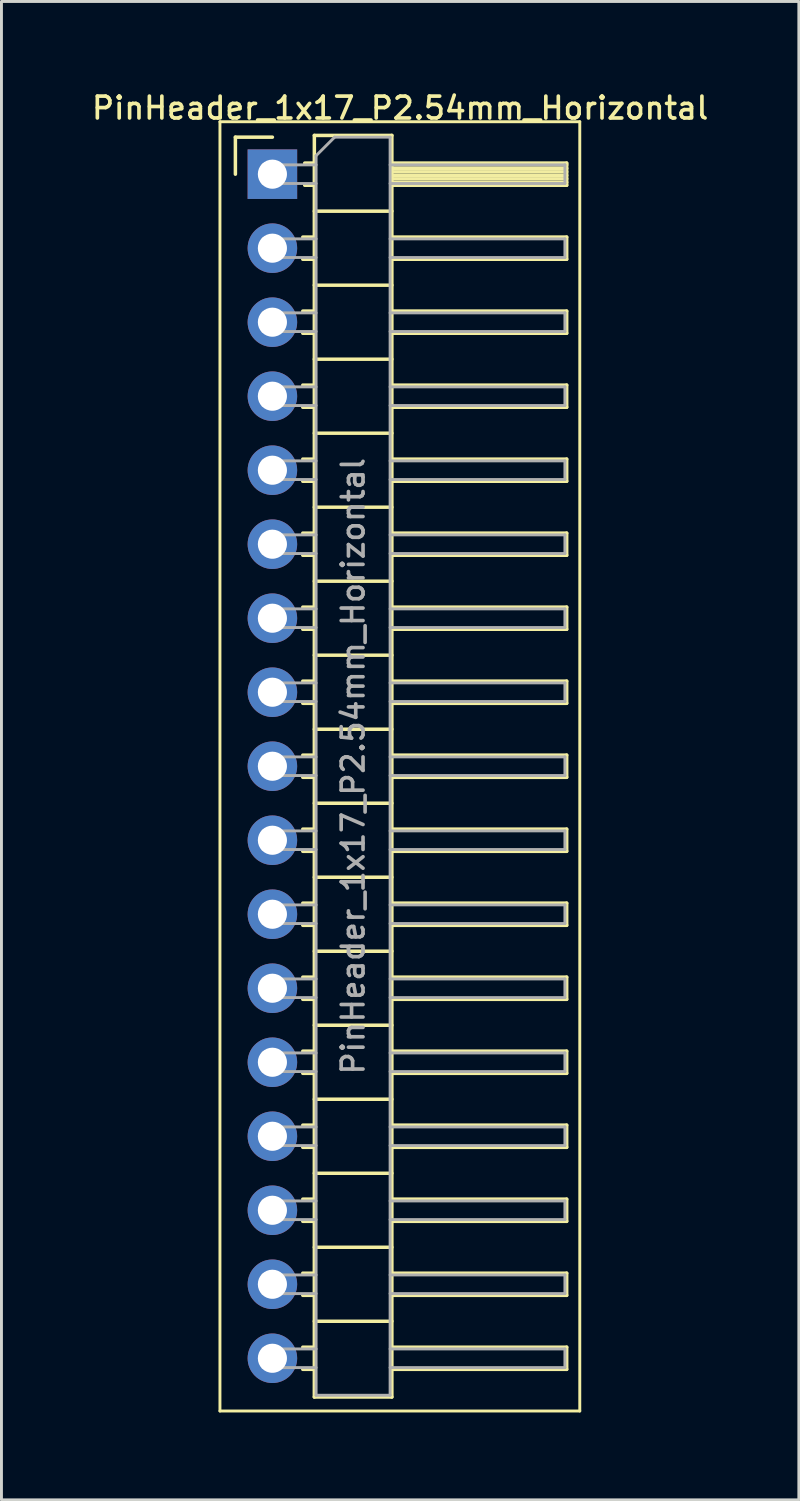
<source format=kicad_pcb>
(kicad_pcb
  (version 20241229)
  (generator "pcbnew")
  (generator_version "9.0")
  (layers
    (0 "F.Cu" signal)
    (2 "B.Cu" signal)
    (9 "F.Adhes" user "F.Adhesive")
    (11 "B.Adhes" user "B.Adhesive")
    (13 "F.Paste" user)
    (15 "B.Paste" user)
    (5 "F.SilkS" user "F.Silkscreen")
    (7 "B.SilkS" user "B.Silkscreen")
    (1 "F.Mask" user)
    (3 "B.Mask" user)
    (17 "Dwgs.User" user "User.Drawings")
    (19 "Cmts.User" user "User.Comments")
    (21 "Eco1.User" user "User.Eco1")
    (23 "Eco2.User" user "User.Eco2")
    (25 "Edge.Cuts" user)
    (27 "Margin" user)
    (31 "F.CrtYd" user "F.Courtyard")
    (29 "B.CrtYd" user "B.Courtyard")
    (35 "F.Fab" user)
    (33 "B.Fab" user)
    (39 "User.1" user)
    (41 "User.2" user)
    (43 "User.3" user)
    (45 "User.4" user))
  (footprint "PinHeader_1x17_P2.54mm_Horizontal"
    (layer "F.Cu")
    (at 6.299 2.928)
    (property "Reference" "PinHeader_1x17_P2.54mm_Horizontal" (at 4.385 -2.27 0) (layer "F.SilkS") (effects (font (size 0.75 0.75) (thickness 0.125))))
    (attr through_hole)
    (fp_line (start -1.8 -1.8) (end -1.8 42.45) (stroke (width 0.1) (type solid)) (layer "F.SilkS"))
    (fp_line (start -1.8 42.45) (end 10.55 42.45) (stroke (width 0.1) (type solid)) (layer "F.SilkS"))
    (fp_line (start -1.27 -1.27) (end 0 -1.27) (stroke (width 0.12) (type solid)) (layer "F.SilkS"))
    (fp_line (start -1.27 0) (end -1.27 -1.27) (stroke (width 0.12) (type solid)) (layer "F.SilkS"))
    (fp_line (start 1.043 2.16) (end 1.44 2.16) (stroke (width 0.12) (type solid)) (layer "F.SilkS"))
    (fp_line (start 1.043 2.92) (end 1.44 2.92) (stroke (width 0.12) (type solid)) (layer "F.SilkS"))
    (fp_line (start 1.043 4.7) (end 1.44 4.7) (stroke (width 0.12) (type solid)) (layer "F.SilkS"))
    (fp_line (start 1.043 5.46) (end 1.44 5.46) (stroke (width 0.12) (type solid)) (layer "F.SilkS"))
    (fp_line (start 1.043 7.24) (end 1.44 7.24) (stroke (width 0.12) (type solid)) (layer "F.SilkS"))
    (fp_line (start 1.043 8) (end 1.44 8) (stroke (width 0.12) (type solid)) (layer "F.SilkS"))
    (fp_line (start 1.043 9.78) (end 1.44 9.78) (stroke (width 0.12) (type solid)) (layer "F.SilkS"))
    (fp_line (start 1.043 10.54) (end 1.44 10.54) (stroke (width 0.12) (type solid)) (layer "F.SilkS"))
    (fp_line (start 1.043 12.32) (end 1.44 12.32) (stroke (width 0.12) (type solid)) (layer "F.SilkS"))
    (fp_line (start 1.043 13.08) (end 1.44 13.08) (stroke (width 0.12) (type solid)) (layer "F.SilkS"))
    (fp_line (start 1.043 14.86) (end 1.44 14.86) (stroke (width 0.12) (type solid)) (layer "F.SilkS"))
    (fp_line (start 1.043 15.62) (end 1.44 15.62) (stroke (width 0.12) (type solid)) (layer "F.SilkS"))
    (fp_line (start 1.043 17.4) (end 1.44 17.4) (stroke (width 0.12) (type solid)) (layer "F.SilkS"))
    (fp_line (start 1.043 18.16) (end 1.44 18.16) (stroke (width 0.12) (type solid)) (layer "F.SilkS"))
    (fp_line (start 1.043 19.94) (end 1.44 19.94) (stroke (width 0.12) (type solid)) (layer "F.SilkS"))
    (fp_line (start 1.043 20.7) (end 1.44 20.7) (stroke (width 0.12) (type solid)) (layer "F.SilkS"))
    (fp_line (start 1.043 22.48) (end 1.44 22.48) (stroke (width 0.12) (type solid)) (layer "F.SilkS"))
    (fp_line (start 1.043 23.24) (end 1.44 23.24) (stroke (width 0.12) (type solid)) (layer "F.SilkS"))
    (fp_line (start 1.043 25.02) (end 1.44 25.02) (stroke (width 0.12) (type solid)) (layer "F.SilkS"))
    (fp_line (start 1.043 25.78) (end 1.44 25.78) (stroke (width 0.12) (type solid)) (layer "F.SilkS"))
    (fp_line (start 1.043 27.56) (end 1.44 27.56) (stroke (width 0.12) (type solid)) (layer "F.SilkS"))
    (fp_line (start 1.043 28.32) (end 1.44 28.32) (stroke (width 0.12) (type solid)) (layer "F.SilkS"))
    (fp_line (start 1.043 30.1) (end 1.44 30.1) (stroke (width 0.12) (type solid)) (layer "F.SilkS"))
    (fp_line (start 1.043 30.86) (end 1.44 30.86) (stroke (width 0.12) (type solid)) (layer "F.SilkS"))
    (fp_line (start 1.043 32.64) (end 1.44 32.64) (stroke (width 0.12) (type solid)) (layer "F.SilkS"))
    (fp_line (start 1.043 33.4) (end 1.44 33.4) (stroke (width 0.12) (type solid)) (layer "F.SilkS"))
    (fp_line (start 1.043 35.18) (end 1.44 35.18) (stroke (width 0.12) (type solid)) (layer "F.SilkS"))
    (fp_line (start 1.043 35.94) (end 1.44 35.94) (stroke (width 0.12) (type solid)) (layer "F.SilkS"))
    (fp_line (start 1.043 37.72) (end 1.44 37.72) (stroke (width 0.12) (type solid)) (layer "F.SilkS"))
    (fp_line (start 1.043 38.48) (end 1.44 38.48) (stroke (width 0.12) (type solid)) (layer "F.SilkS"))
    (fp_line (start 1.043 40.26) (end 1.44 40.26) (stroke (width 0.12) (type solid)) (layer "F.SilkS"))
    (fp_line (start 1.043 41.02) (end 1.44 41.02) (stroke (width 0.12) (type solid)) (layer "F.SilkS"))
    (fp_line (start 1.11 -0.38) (end 1.44 -0.38) (stroke (width 0.12) (type solid)) (layer "F.SilkS"))
    (fp_line (start 1.11 0.38) (end 1.44 0.38) (stroke (width 0.12) (type solid)) (layer "F.SilkS"))
    (fp_line (start 1.44 -1.33) (end 1.44 41.97) (stroke (width 0.12) (type solid)) (layer "F.SilkS"))
    (fp_line (start 1.44 1.27) (end 4.1 1.27) (stroke (width 0.12) (type solid)) (layer "F.SilkS"))
    (fp_line (start 1.44 3.81) (end 4.1 3.81) (stroke (width 0.12) (type solid)) (layer "F.SilkS"))
    (fp_line (start 1.44 6.35) (end 4.1 6.35) (stroke (width 0.12) (type solid)) (layer "F.SilkS"))
    (fp_line (start 1.44 8.89) (end 4.1 8.89) (stroke (width 0.12) (type solid)) (layer "F.SilkS"))
    (fp_line (start 1.44 11.43) (end 4.1 11.43) (stroke (width 0.12) (type solid)) (layer "F.SilkS"))
    (fp_line (start 1.44 13.97) (end 4.1 13.97) (stroke (width 0.12) (type solid)) (layer "F.SilkS"))
    (fp_line (start 1.44 16.51) (end 4.1 16.51) (stroke (width 0.12) (type solid)) (layer "F.SilkS"))
    (fp_line (start 1.44 19.05) (end 4.1 19.05) (stroke (width 0.12) (type solid)) (layer "F.SilkS"))
    (fp_line (start 1.44 21.59) (end 4.1 21.59) (stroke (width 0.12) (type solid)) (layer "F.SilkS"))
    (fp_line (start 1.44 24.13) (end 4.1 24.13) (stroke (width 0.12) (type solid)) (layer "F.SilkS"))
    (fp_line (start 1.44 26.67) (end 4.1 26.67) (stroke (width 0.12) (type solid)) (layer "F.SilkS"))
    (fp_line (start 1.44 29.21) (end 4.1 29.21) (stroke (width 0.12) (type solid)) (layer "F.SilkS"))
    (fp_line (start 1.44 31.75) (end 4.1 31.75) (stroke (width 0.12) (type solid)) (layer "F.SilkS"))
    (fp_line (start 1.44 34.29) (end 4.1 34.29) (stroke (width 0.12) (type solid)) (layer "F.SilkS"))
    (fp_line (start 1.44 36.83) (end 4.1 36.83) (stroke (width 0.12) (type solid)) (layer "F.SilkS"))
    (fp_line (start 1.44 39.37) (end 4.1 39.37) (stroke (width 0.12) (type solid)) (layer "F.SilkS"))
    (fp_line (start 1.44 41.97) (end 4.1 41.97) (stroke (width 0.12) (type solid)) (layer "F.SilkS"))
    (fp_line (start 4.1 -1.33) (end 1.44 -1.33) (stroke (width 0.12) (type solid)) (layer "F.SilkS"))
    (fp_line (start 4.1 -0.38) (end 10.1 -0.38) (stroke (width 0.12) (type solid)) (layer "F.SilkS"))
    (fp_line (start 4.1 -0.32) (end 10.1 -0.32) (stroke (width 0.12) (type solid)) (layer "F.SilkS"))
    (fp_line (start 4.1 -0.2) (end 10.1 -0.2) (stroke (width 0.12) (type solid)) (layer "F.SilkS"))
    (fp_line (start 4.1 -0.08) (end 10.1 -0.08) (stroke (width 0.12) (type solid)) (layer "F.SilkS"))
    (fp_line (start 4.1 0.04) (end 10.1 0.04) (stroke (width 0.12) (type solid)) (layer "F.SilkS"))
    (fp_line (start 4.1 0.16) (end 10.1 0.16) (stroke (width 0.12) (type solid)) (layer "F.SilkS"))
    (fp_line (start 4.1 0.28) (end 10.1 0.28) (stroke (width 0.12) (type solid)) (layer "F.SilkS"))
    (fp_line (start 4.1 2.16) (end 10.1 2.16) (stroke (width 0.12) (type solid)) (layer "F.SilkS"))
    (fp_line (start 4.1 4.7) (end 10.1 4.7) (stroke (width 0.12) (type solid)) (layer "F.SilkS"))
    (fp_line (start 4.1 7.24) (end 10.1 7.24) (stroke (width 0.12) (type solid)) (layer "F.SilkS"))
    (fp_line (start 4.1 9.78) (end 10.1 9.78) (stroke (width 0.12) (type solid)) (layer "F.SilkS"))
    (fp_line (start 4.1 12.32) (end 10.1 12.32) (stroke (width 0.12) (type solid)) (layer "F.SilkS"))
    (fp_line (start 4.1 14.86) (end 10.1 14.86) (stroke (width 0.12) (type solid)) (layer "F.SilkS"))
    (fp_line (start 4.1 17.4) (end 10.1 17.4) (stroke (width 0.12) (type solid)) (layer "F.SilkS"))
    (fp_line (start 4.1 19.94) (end 10.1 19.94) (stroke (width 0.12) (type solid)) (layer "F.SilkS"))
    (fp_line (start 4.1 22.48) (end 10.1 22.48) (stroke (width 0.12) (type solid)) (layer "F.SilkS"))
    (fp_line (start 4.1 25.02) (end 10.1 25.02) (stroke (width 0.12) (type solid)) (layer "F.SilkS"))
    (fp_line (start 4.1 27.56) (end 10.1 27.56) (stroke (width 0.12) (type solid)) (layer "F.SilkS"))
    (fp_line (start 4.1 30.1) (end 10.1 30.1) (stroke (width 0.12) (type solid)) (layer "F.SilkS"))
    (fp_line (start 4.1 32.64) (end 10.1 32.64) (stroke (width 0.12) (type solid)) (layer "F.SilkS"))
    (fp_line (start 4.1 35.18) (end 10.1 35.18) (stroke (width 0.12) (type solid)) (layer "F.SilkS"))
    (fp_line (start 4.1 37.72) (end 10.1 37.72) (stroke (width 0.12) (type solid)) (layer "F.SilkS"))
    (fp_line (start 4.1 40.26) (end 10.1 40.26) (stroke (width 0.12) (type solid)) (layer "F.SilkS"))
    (fp_line (start 4.1 41.97) (end 4.1 -1.33) (stroke (width 0.12) (type solid)) (layer "F.SilkS"))
    (fp_line (start 10.1 -0.38) (end 10.1 0.38) (stroke (width 0.12) (type solid)) (layer "F.SilkS"))
    (fp_line (start 10.1 0.38) (end 4.1 0.38) (stroke (width 0.12) (type solid)) (layer "F.SilkS"))
    (fp_line (start 10.1 2.16) (end 10.1 2.92) (stroke (width 0.12) (type solid)) (layer "F.SilkS"))
    (fp_line (start 10.1 2.92) (end 4.1 2.92) (stroke (width 0.12) (type solid)) (layer "F.SilkS"))
    (fp_line (start 10.1 4.7) (end 10.1 5.46) (stroke (width 0.12) (type solid)) (layer "F.SilkS"))
    (fp_line (start 10.1 5.46) (end 4.1 5.46) (stroke (width 0.12) (type solid)) (layer "F.SilkS"))
    (fp_line (start 10.1 7.24) (end 10.1 8) (stroke (width 0.12) (type solid)) (layer "F.SilkS"))
    (fp_line (start 10.1 8) (end 4.1 8) (stroke (width 0.12) (type solid)) (layer "F.SilkS"))
    (fp_line (start 10.1 9.78) (end 10.1 10.54) (stroke (width 0.12) (type solid)) (layer "F.SilkS"))
    (fp_line (start 10.1 10.54) (end 4.1 10.54) (stroke (width 0.12) (type solid)) (layer "F.SilkS"))
    (fp_line (start 10.1 12.32) (end 10.1 13.08) (stroke (width 0.12) (type solid)) (layer "F.SilkS"))
    (fp_line (start 10.1 13.08) (end 4.1 13.08) (stroke (width 0.12) (type solid)) (layer "F.SilkS"))
    (fp_line (start 10.1 14.86) (end 10.1 15.62) (stroke (width 0.12) (type solid)) (layer "F.SilkS"))
    (fp_line (start 10.1 15.62) (end 4.1 15.62) (stroke (width 0.12) (type solid)) (layer "F.SilkS"))
    (fp_line (start 10.1 17.4) (end 10.1 18.16) (stroke (width 0.12) (type solid)) (layer "F.SilkS"))
    (fp_line (start 10.1 18.16) (end 4.1 18.16) (stroke (width 0.12) (type solid)) (layer "F.SilkS"))
    (fp_line (start 10.1 19.94) (end 10.1 20.7) (stroke (width 0.12) (type solid)) (layer "F.SilkS"))
    (fp_line (start 10.1 20.7) (end 4.1 20.7) (stroke (width 0.12) (type solid)) (layer "F.SilkS"))
    (fp_line (start 10.1 22.48) (end 10.1 23.24) (stroke (width 0.12) (type solid)) (layer "F.SilkS"))
    (fp_line (start 10.1 23.24) (end 4.1 23.24) (stroke (width 0.12) (type solid)) (layer "F.SilkS"))
    (fp_line (start 10.1 25.02) (end 10.1 25.78) (stroke (width 0.12) (type solid)) (layer "F.SilkS"))
    (fp_line (start 10.1 25.78) (end 4.1 25.78) (stroke (width 0.12) (type solid)) (layer "F.SilkS"))
    (fp_line (start 10.1 27.56) (end 10.1 28.32) (stroke (width 0.12) (type solid)) (layer "F.SilkS"))
    (fp_line (start 10.1 28.32) (end 4.1 28.32) (stroke (width 0.12) (type solid)) (layer "F.SilkS"))
    (fp_line (start 10.1 30.1) (end 10.1 30.86) (stroke (width 0.12) (type solid)) (layer "F.SilkS"))
    (fp_line (start 10.1 30.86) (end 4.1 30.86) (stroke (width 0.12) (type solid)) (layer "F.SilkS"))
    (fp_line (start 10.1 32.64) (end 10.1 33.4) (stroke (width 0.12) (type solid)) (layer "F.SilkS"))
    (fp_line (start 10.1 33.4) (end 4.1 33.4) (stroke (width 0.12) (type solid)) (layer "F.SilkS"))
    (fp_line (start 10.1 35.18) (end 10.1 35.94) (stroke (width 0.12) (type solid)) (layer "F.SilkS"))
    (fp_line (start 10.1 35.94) (end 4.1 35.94) (stroke (width 0.12) (type solid)) (layer "F.SilkS"))
    (fp_line (start 10.1 37.72) (end 10.1 38.48) (stroke (width 0.12) (type solid)) (layer "F.SilkS"))
    (fp_line (start 10.1 38.48) (end 4.1 38.48) (stroke (width 0.12) (type solid)) (layer "F.SilkS"))
    (fp_line (start 10.1 40.26) (end 10.1 41.02) (stroke (width 0.12) (type solid)) (layer "F.SilkS"))
    (fp_line (start 10.1 41.02) (end 4.1 41.02) (stroke (width 0.12) (type solid)) (layer "F.SilkS"))
    (fp_line (start 10.55 -1.8) (end -1.8 -1.8) (stroke (width 0.1) (type solid)) (layer "F.SilkS"))
    (fp_line (start 10.55 42.45) (end 10.55 -1.8) (stroke (width 0.1) (type solid)) (layer "F.SilkS"))
    (fp_line (start -0.32 -0.32) (end -0.32 0.32) (stroke (width 0.1) (type solid)) (layer "F.Fab"))
    (fp_line (start -0.32 -0.32) (end 1.5 -0.32) (stroke (width 0.1) (type solid)) (layer "F.Fab"))
    (fp_line (start -0.32 0.32) (end 1.5 0.32) (stroke (width 0.1) (type solid)) (layer "F.Fab"))
    (fp_line (start -0.32 2.22) (end -0.32 2.86) (stroke (width 0.1) (type solid)) (layer "F.Fab"))
    (fp_line (start -0.32 2.22) (end 1.5 2.22) (stroke (width 0.1) (type solid)) (layer "F.Fab"))
    (fp_line (start -0.32 2.86) (end 1.5 2.86) (stroke (width 0.1) (type solid)) (layer "F.Fab"))
    (fp_line (start -0.32 4.76) (end -0.32 5.4) (stroke (width 0.1) (type solid)) (layer "F.Fab"))
    (fp_line (start -0.32 4.76) (end 1.5 4.76) (stroke (width 0.1) (type solid)) (layer "F.Fab"))
    (fp_line (start -0.32 5.4) (end 1.5 5.4) (stroke (width 0.1) (type solid)) (layer "F.Fab"))
    (fp_line (start -0.32 7.3) (end -0.32 7.94) (stroke (width 0.1) (type solid)) (layer "F.Fab"))
    (fp_line (start -0.32 7.3) (end 1.5 7.3) (stroke (width 0.1) (type solid)) (layer "F.Fab"))
    (fp_line (start -0.32 7.94) (end 1.5 7.94) (stroke (width 0.1) (type solid)) (layer "F.Fab"))
    (fp_line (start -0.32 9.84) (end -0.32 10.48) (stroke (width 0.1) (type solid)) (layer "F.Fab"))
    (fp_line (start -0.32 9.84) (end 1.5 9.84) (stroke (width 0.1) (type solid)) (layer "F.Fab"))
    (fp_line (start -0.32 10.48) (end 1.5 10.48) (stroke (width 0.1) (type solid)) (layer "F.Fab"))
    (fp_line (start -0.32 12.38) (end -0.32 13.02) (stroke (width 0.1) (type solid)) (layer "F.Fab"))
    (fp_line (start -0.32 12.38) (end 1.5 12.38) (stroke (width 0.1) (type solid)) (layer "F.Fab"))
    (fp_line (start -0.32 13.02) (end 1.5 13.02) (stroke (width 0.1) (type solid)) (layer "F.Fab"))
    (fp_line (start -0.32 14.92) (end -0.32 15.56) (stroke (width 0.1) (type solid)) (layer "F.Fab"))
    (fp_line (start -0.32 14.92) (end 1.5 14.92) (stroke (width 0.1) (type solid)) (layer "F.Fab"))
    (fp_line (start -0.32 15.56) (end 1.5 15.56) (stroke (width 0.1) (type solid)) (layer "F.Fab"))
    (fp_line (start -0.32 17.46) (end -0.32 18.1) (stroke (width 0.1) (type solid)) (layer "F.Fab"))
    (fp_line (start -0.32 17.46) (end 1.5 17.46) (stroke (width 0.1) (type solid)) (layer "F.Fab"))
    (fp_line (start -0.32 18.1) (end 1.5 18.1) (stroke (width 0.1) (type solid)) (layer "F.Fab"))
    (fp_line (start -0.32 20) (end -0.32 20.64) (stroke (width 0.1) (type solid)) (layer "F.Fab"))
    (fp_line (start -0.32 20) (end 1.5 20) (stroke (width 0.1) (type solid)) (layer "F.Fab"))
    (fp_line (start -0.32 20.64) (end 1.5 20.64) (stroke (width 0.1) (type solid)) (layer "F.Fab"))
    (fp_line (start -0.32 22.54) (end -0.32 23.18) (stroke (width 0.1) (type solid)) (layer "F.Fab"))
    (fp_line (start -0.32 22.54) (end 1.5 22.54) (stroke (width 0.1) (type solid)) (layer "F.Fab"))
    (fp_line (start -0.32 23.18) (end 1.5 23.18) (stroke (width 0.1) (type solid)) (layer "F.Fab"))
    (fp_line (start -0.32 25.08) (end -0.32 25.72) (stroke (width 0.1) (type solid)) (layer "F.Fab"))
    (fp_line (start -0.32 25.08) (end 1.5 25.08) (stroke (width 0.1) (type solid)) (layer "F.Fab"))
    (fp_line (start -0.32 25.72) (end 1.5 25.72) (stroke (width 0.1) (type solid)) (layer "F.Fab"))
    (fp_line (start -0.32 27.62) (end -0.32 28.26) (stroke (width 0.1) (type solid)) (layer "F.Fab"))
    (fp_line (start -0.32 27.62) (end 1.5 27.62) (stroke (width 0.1) (type solid)) (layer "F.Fab"))
    (fp_line (start -0.32 28.26) (end 1.5 28.26) (stroke (width 0.1) (type solid)) (layer "F.Fab"))
    (fp_line (start -0.32 30.16) (end -0.32 30.8) (stroke (width 0.1) (type solid)) (layer "F.Fab"))
    (fp_line (start -0.32 30.16) (end 1.5 30.16) (stroke (width 0.1) (type solid)) (layer "F.Fab"))
    (fp_line (start -0.32 30.8) (end 1.5 30.8) (stroke (width 0.1) (type solid)) (layer "F.Fab"))
    (fp_line (start -0.32 32.7) (end -0.32 33.34) (stroke (width 0.1) (type solid)) (layer "F.Fab"))
    (fp_line (start -0.32 32.7) (end 1.5 32.7) (stroke (width 0.1) (type solid)) (layer "F.Fab"))
    (fp_line (start -0.32 33.34) (end 1.5 33.34) (stroke (width 0.1) (type solid)) (layer "F.Fab"))
    (fp_line (start -0.32 35.24) (end -0.32 35.88) (stroke (width 0.1) (type solid)) (layer "F.Fab"))
    (fp_line (start -0.32 35.24) (end 1.5 35.24) (stroke (width 0.1) (type solid)) (layer "F.Fab"))
    (fp_line (start -0.32 35.88) (end 1.5 35.88) (stroke (width 0.1) (type solid)) (layer "F.Fab"))
    (fp_line (start -0.32 37.78) (end -0.32 38.42) (stroke (width 0.1) (type solid)) (layer "F.Fab"))
    (fp_line (start -0.32 37.78) (end 1.5 37.78) (stroke (width 0.1) (type solid)) (layer "F.Fab"))
    (fp_line (start -0.32 38.42) (end 1.5 38.42) (stroke (width 0.1) (type solid)) (layer "F.Fab"))
    (fp_line (start -0.32 40.32) (end -0.32 40.96) (stroke (width 0.1) (type solid)) (layer "F.Fab"))
    (fp_line (start -0.32 40.32) (end 1.5 40.32) (stroke (width 0.1) (type solid)) (layer "F.Fab"))
    (fp_line (start -0.32 40.96) (end 1.5 40.96) (stroke (width 0.1) (type solid)) (layer "F.Fab"))
    (fp_line (start 1.5 -0.635) (end 2.135 -1.27) (stroke (width 0.1) (type solid)) (layer "F.Fab"))
    (fp_line (start 1.5 41.91) (end 1.5 -0.635) (stroke (width 0.1) (type solid)) (layer "F.Fab"))
    (fp_line (start 2.135 -1.27) (end 4.04 -1.27) (stroke (width 0.1) (type solid)) (layer "F.Fab"))
    (fp_line (start 4.04 -1.27) (end 4.04 41.91) (stroke (width 0.1) (type solid)) (layer "F.Fab"))
    (fp_line (start 4.04 -0.32) (end 10.04 -0.32) (stroke (width 0.1) (type solid)) (layer "F.Fab"))
    (fp_line (start 4.04 0.32) (end 10.04 0.32) (stroke (width 0.1) (type solid)) (layer "F.Fab"))
    (fp_line (start 4.04 2.22) (end 10.04 2.22) (stroke (width 0.1) (type solid)) (layer "F.Fab"))
    (fp_line (start 4.04 2.86) (end 10.04 2.86) (stroke (width 0.1) (type solid)) (layer "F.Fab"))
    (fp_line (start 4.04 4.76) (end 10.04 4.76) (stroke (width 0.1) (type solid)) (layer "F.Fab"))
    (fp_line (start 4.04 5.4) (end 10.04 5.4) (stroke (width 0.1) (type solid)) (layer "F.Fab"))
    (fp_line (start 4.04 7.3) (end 10.04 7.3) (stroke (width 0.1) (type solid)) (layer "F.Fab"))
    (fp_line (start 4.04 7.94) (end 10.04 7.94) (stroke (width 0.1) (type solid)) (layer "F.Fab"))
    (fp_line (start 4.04 9.84) (end 10.04 9.84) (stroke (width 0.1) (type solid)) (layer "F.Fab"))
    (fp_line (start 4.04 10.48) (end 10.04 10.48) (stroke (width 0.1) (type solid)) (layer "F.Fab"))
    (fp_line (start 4.04 12.38) (end 10.04 12.38) (stroke (width 0.1) (type solid)) (layer "F.Fab"))
    (fp_line (start 4.04 13.02) (end 10.04 13.02) (stroke (width 0.1) (type solid)) (layer "F.Fab"))
    (fp_line (start 4.04 14.92) (end 10.04 14.92) (stroke (width 0.1) (type solid)) (layer "F.Fab"))
    (fp_line (start 4.04 15.56) (end 10.04 15.56) (stroke (width 0.1) (type solid)) (layer "F.Fab"))
    (fp_line (start 4.04 17.46) (end 10.04 17.46) (stroke (width 0.1) (type solid)) (layer "F.Fab"))
    (fp_line (start 4.04 18.1) (end 10.04 18.1) (stroke (width 0.1) (type solid)) (layer "F.Fab"))
    (fp_line (start 4.04 20) (end 10.04 20) (stroke (width 0.1) (type solid)) (layer "F.Fab"))
    (fp_line (start 4.04 20.64) (end 10.04 20.64) (stroke (width 0.1) (type solid)) (layer "F.Fab"))
    (fp_line (start 4.04 22.54) (end 10.04 22.54) (stroke (width 0.1) (type solid)) (layer "F.Fab"))
    (fp_line (start 4.04 23.18) (end 10.04 23.18) (stroke (width 0.1) (type solid)) (layer "F.Fab"))
    (fp_line (start 4.04 25.08) (end 10.04 25.08) (stroke (width 0.1) (type solid)) (layer "F.Fab"))
    (fp_line (start 4.04 25.72) (end 10.04 25.72) (stroke (width 0.1) (type solid)) (layer "F.Fab"))
    (fp_line (start 4.04 27.62) (end 10.04 27.62) (stroke (width 0.1) (type solid)) (layer "F.Fab"))
    (fp_line (start 4.04 28.26) (end 10.04 28.26) (stroke (width 0.1) (type solid)) (layer "F.Fab"))
    (fp_line (start 4.04 30.16) (end 10.04 30.16) (stroke (width 0.1) (type solid)) (layer "F.Fab"))
    (fp_line (start 4.04 30.8) (end 10.04 30.8) (stroke (width 0.1) (type solid)) (layer "F.Fab"))
    (fp_line (start 4.04 32.7) (end 10.04 32.7) (stroke (width 0.1) (type solid)) (layer "F.Fab"))
    (fp_line (start 4.04 33.34) (end 10.04 33.34) (stroke (width 0.1) (type solid)) (layer "F.Fab"))
    (fp_line (start 4.04 35.24) (end 10.04 35.24) (stroke (width 0.1) (type solid)) (layer "F.Fab"))
    (fp_line (start 4.04 35.88) (end 10.04 35.88) (stroke (width 0.1) (type solid)) (layer "F.Fab"))
    (fp_line (start 4.04 37.78) (end 10.04 37.78) (stroke (width 0.1) (type solid)) (layer "F.Fab"))
    (fp_line (start 4.04 38.42) (end 10.04 38.42) (stroke (width 0.1) (type solid)) (layer "F.Fab"))
    (fp_line (start 4.04 40.32) (end 10.04 40.32) (stroke (width 0.1) (type solid)) (layer "F.Fab"))
    (fp_line (start 4.04 40.96) (end 10.04 40.96) (stroke (width 0.1) (type solid)) (layer "F.Fab"))
    (fp_line (start 4.04 41.91) (end 1.5 41.91) (stroke (width 0.1) (type solid)) (layer "F.Fab"))
    (fp_line (start 10.04 -0.32) (end 10.04 0.32) (stroke (width 0.1) (type solid)) (layer "F.Fab"))
    (fp_line (start 10.04 2.22) (end 10.04 2.86) (stroke (width 0.1) (type solid)) (layer "F.Fab"))
    (fp_line (start 10.04 4.76) (end 10.04 5.4) (stroke (width 0.1) (type solid)) (layer "F.Fab"))
    (fp_line (start 10.04 7.3) (end 10.04 7.94) (stroke (width 0.1) (type solid)) (layer "F.Fab"))
    (fp_line (start 10.04 9.84) (end 10.04 10.48) (stroke (width 0.1) (type solid)) (layer "F.Fab"))
    (fp_line (start 10.04 12.38) (end 10.04 13.02) (stroke (width 0.1) (type solid)) (layer "F.Fab"))
    (fp_line (start 10.04 14.92) (end 10.04 15.56) (stroke (width 0.1) (type solid)) (layer "F.Fab"))
    (fp_line (start 10.04 17.46) (end 10.04 18.1) (stroke (width 0.1) (type solid)) (layer "F.Fab"))
    (fp_line (start 10.04 20) (end 10.04 20.64) (stroke (width 0.1) (type solid)) (layer "F.Fab"))
    (fp_line (start 10.04 22.54) (end 10.04 23.18) (stroke (width 0.1) (type solid)) (layer "F.Fab"))
    (fp_line (start 10.04 25.08) (end 10.04 25.72) (stroke (width 0.1) (type solid)) (layer "F.Fab"))
    (fp_line (start 10.04 27.62) (end 10.04 28.26) (stroke (width 0.1) (type solid)) (layer "F.Fab"))
    (fp_line (start 10.04 30.16) (end 10.04 30.8) (stroke (width 0.1) (type solid)) (layer "F.Fab"))
    (fp_line (start 10.04 32.7) (end 10.04 33.34) (stroke (width 0.1) (type solid)) (layer "F.Fab"))
    (fp_line (start 10.04 35.24) (end 10.04 35.88) (stroke (width 0.1) (type solid)) (layer "F.Fab"))
    (fp_line (start 10.04 37.78) (end 10.04 38.42) (stroke (width 0.1) (type solid)) (layer "F.Fab"))
    (fp_line (start 10.04 40.32) (end 10.04 40.96) (stroke (width 0.1) (type solid)) (layer "F.Fab"))
    (fp_text user "${REFERENCE}" (at 2.77 20.32 90) (layer "F.Fab") (effects (font (size 0.75 0.75) (thickness 0.125))))
    (pad "1" thru_hole rect (at 0 0) (size 1.7 1.7) (drill 1) (layers "*.Cu" "*.Mask"))
    (pad "2" thru_hole oval (at 0 2.54) (size 1.7 1.7) (drill 1) (layers "*.Cu" "*.Mask"))
    (pad "3" thru_hole oval (at 0 5.08) (size 1.7 1.7) (drill 1) (layers "*.Cu" "*.Mask"))
    (pad "4" thru_hole oval (at 0 7.62) (size 1.7 1.7) (drill 1) (layers "*.Cu" "*.Mask"))
    (pad "5" thru_hole oval (at 0 10.16) (size 1.7 1.7) (drill 1) (layers "*.Cu" "*.Mask"))
    (pad "6" thru_hole oval (at 0 12.7) (size 1.7 1.7) (drill 1) (layers "*.Cu" "*.Mask"))
    (pad "7" thru_hole oval (at 0 15.24) (size 1.7 1.7) (drill 1) (layers "*.Cu" "*.Mask"))
    (pad "8" thru_hole oval (at 0 17.78) (size 1.7 1.7) (drill 1) (layers "*.Cu" "*.Mask"))
    (pad "9" thru_hole oval (at 0 20.32) (size 1.7 1.7) (drill 1) (layers "*.Cu" "*.Mask"))
    (pad "10" thru_hole oval (at 0 22.86) (size 1.7 1.7) (drill 1) (layers "*.Cu" "*.Mask"))
    (pad "11" thru_hole oval (at 0 25.4) (size 1.7 1.7) (drill 1) (layers "*.Cu" "*.Mask"))
    (pad "12" thru_hole oval (at 0 27.94) (size 1.7 1.7) (drill 1) (layers "*.Cu" "*.Mask"))
    (pad "13" thru_hole oval (at 0 30.48) (size 1.7 1.7) (drill 1) (layers "*.Cu" "*.Mask"))
    (pad "14" thru_hole oval (at 0 33.02) (size 1.7 1.7) (drill 1) (layers "*.Cu" "*.Mask"))
    (pad "15" thru_hole oval (at 0 35.56) (size 1.7 1.7) (drill 1) (layers "*.Cu" "*.Mask"))
    (pad "16" thru_hole oval (at 0 38.1) (size 1.7 1.7) (drill 1) (layers "*.Cu" "*.Mask"))
    (pad "17" thru_hole oval (at 0 40.64) (size 1.7 1.7) (drill 1) (layers "*.Cu" "*.Mask")))
  (gr_rect
    (start -3 -3)
    (end 24.368 48.428)
    (stroke (width 0.1) (type default))
    (fill no)
    (layer "Edge.Cuts")))
</source>
